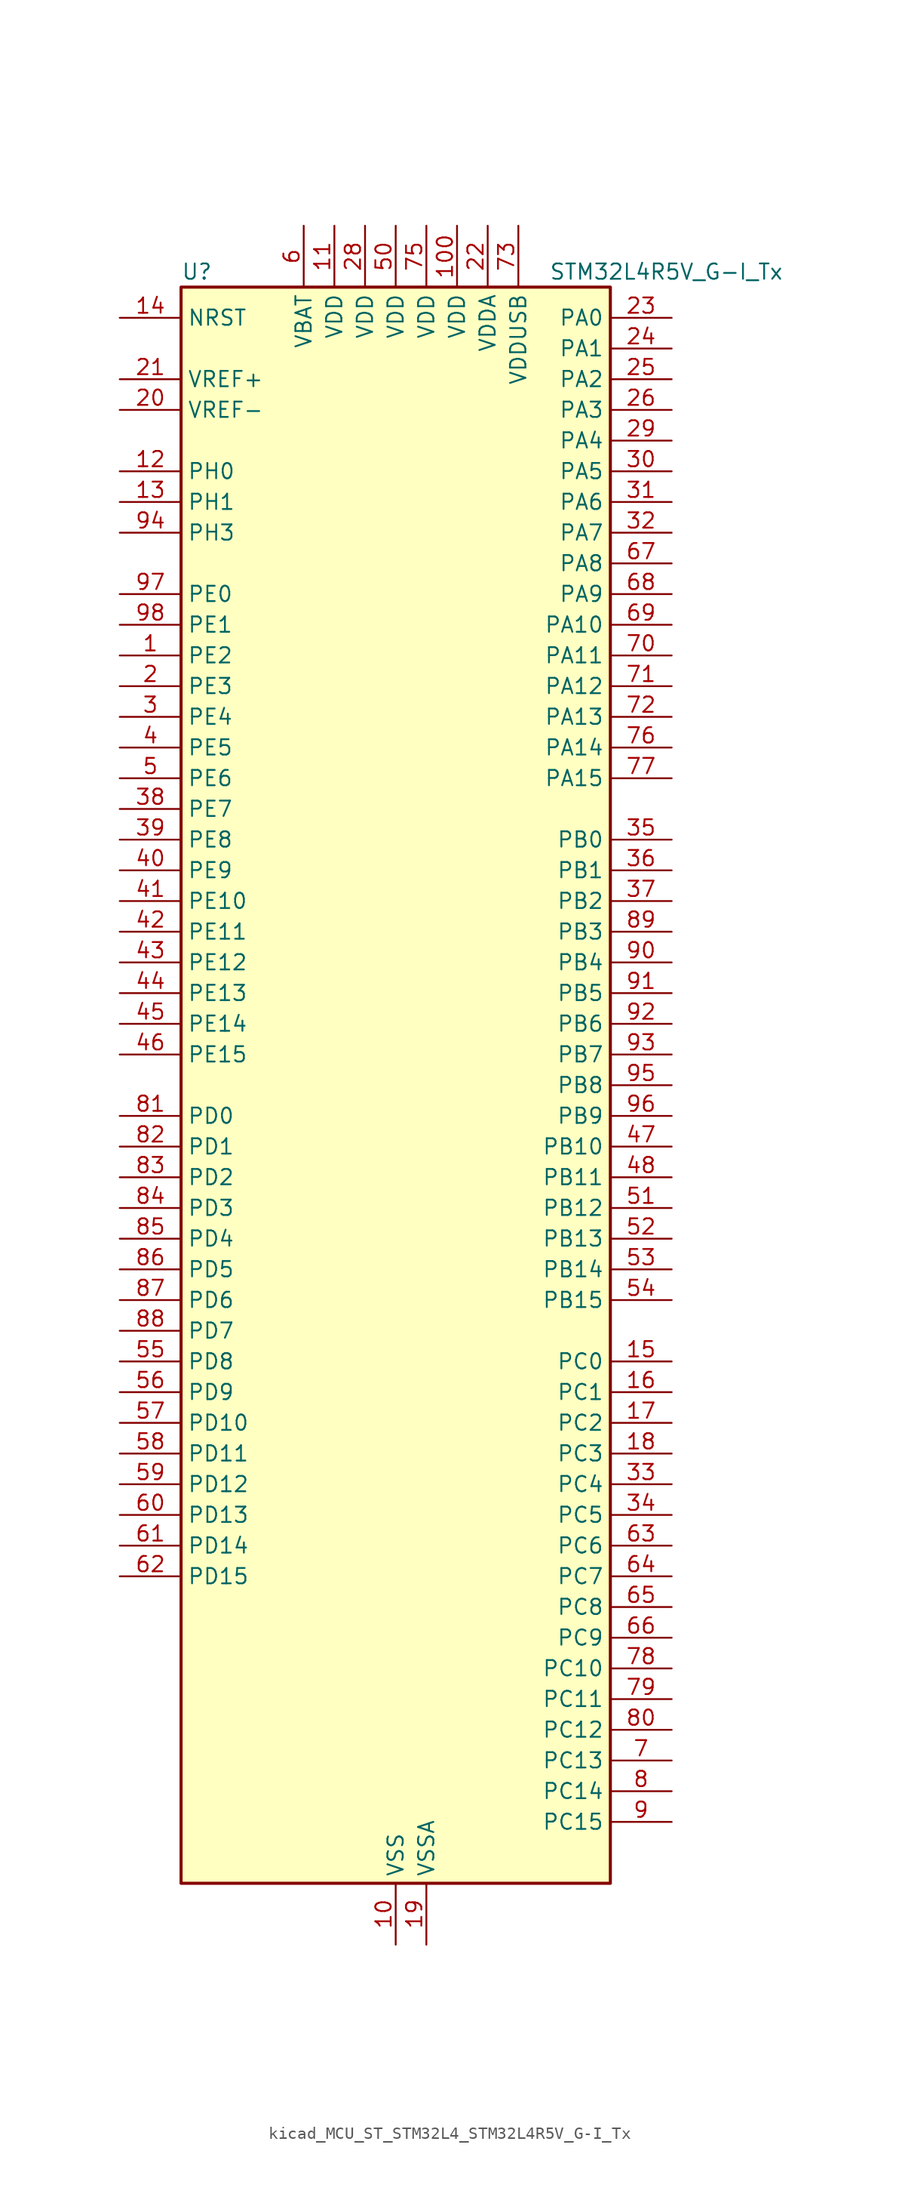
<source format=kicad_sym>
(kicad_symbol_lib
  (version 20220914)
  (generator kicad_symbol_editor)
  (symbol "kicad_MCU_ST_STM32L4_STM32L4R5V_G-I_Tx"
    (property "Reference" "U"
      (at -17.78 67.31 0)
      (effects (font (size 1.27 1.27)) (justify left)))
    (property "Value" "STM32L4R5V_G-I_Tx"
      (at 12.7 67.31 0)
      (effects (font (size 1.27 1.27)) (justify left)))
    (property "ki_locked" ""
      (at 0 0 0)
      (effects (font (size 1.27 1.27))))
    (symbol "kicad_MCU_ST_STM32L4_STM32L4R5V_G-I_Tx_0_1"
      (rectangle (start -17.78 -66.04) (end 17.78 66.04) (stroke (width 0.254) (type default)) (fill (type background))))
    (symbol "kicad_MCU_ST_STM32L4_STM32L4R5V_G-I_Tx_1_1"
      (pin bidirectional line (at -22.86 35.56 0) (length 5.08) (name "PE2" (effects (font (size 1.27 1.27)))) (number "1" (effects (font (size 1.27 1.27)))) (alternate "FMC_A23" bidirectional line) (alternate "SAI1_CK1" bidirectional line) (alternate "SAI1_MCLK_A" bidirectional line) (alternate "SYS_TRACECLK" bidirectional line) (alternate "TIM3_ETR" bidirectional line) (alternate "TSC_G7_IO1" bidirectional line))
      (pin power_in line (at 0 -71.12 90) (length 5.08) (name "VSS" (effects (font (size 1.27 1.27)))) (number "10" (effects (font (size 1.27 1.27)))))
      (pin power_in line (at 5.08 71.12 270) (length 5.08) (name "VDD" (effects (font (size 1.27 1.27)))) (number "100" (effects (font (size 1.27 1.27)))))
      (pin power_in line (at -5.08 71.12 270) (length 5.08) (name "VDD" (effects (font (size 1.27 1.27)))) (number "11" (effects (font (size 1.27 1.27)))))
      (pin bidirectional line (at -22.86 50.8 0) (length 5.08) (name "PH0" (effects (font (size 1.27 1.27)))) (number "12" (effects (font (size 1.27 1.27)))) (alternate "RCC_OSC_IN" bidirectional line))
      (pin bidirectional line (at -22.86 48.26 0) (length 5.08) (name "PH1" (effects (font (size 1.27 1.27)))) (number "13" (effects (font (size 1.27 1.27)))) (alternate "RCC_OSC_OUT" bidirectional line))
      (pin input line (at -22.86 63.5 0) (length 5.08) (name "NRST" (effects (font (size 1.27 1.27)))) (number "14" (effects (font (size 1.27 1.27)))))
      (pin bidirectional line (at 22.86 -22.86 180) (length 5.08) (name "PC0" (effects (font (size 1.27 1.27)))) (number "15" (effects (font (size 1.27 1.27)))) (alternate "ADC1_IN1" bidirectional line) (alternate "DFSDM1_DATIN4" bidirectional line) (alternate "I2C3_SCL" bidirectional line) (alternate "LPTIM1_IN1" bidirectional line) (alternate "LPTIM2_IN1" bidirectional line) (alternate "LPUART1_RX" bidirectional line) (alternate "SAI2_FS_A" bidirectional line))
      (pin bidirectional line (at 22.86 -25.4 180) (length 5.08) (name "PC1" (effects (font (size 1.27 1.27)))) (number "16" (effects (font (size 1.27 1.27)))) (alternate "ADC1_IN2" bidirectional line) (alternate "DFSDM1_CKIN4" bidirectional line) (alternate "I2C3_SDA" bidirectional line) (alternate "LPTIM1_OUT" bidirectional line) (alternate "LPUART1_TX" bidirectional line) (alternate "OCTOSPIM_P1_IO4" bidirectional line) (alternate "SAI1_SD_A" bidirectional line) (alternate "SPI2_MOSI" bidirectional line) (alternate "SYS_TRACED0" bidirectional line))
      (pin bidirectional line (at 22.86 -27.94 180) (length 5.08) (name "PC2" (effects (font (size 1.27 1.27)))) (number "17" (effects (font (size 1.27 1.27)))) (alternate "ADC1_IN3" bidirectional line) (alternate "DFSDM1_CKOUT" bidirectional line) (alternate "LPTIM1_IN2" bidirectional line) (alternate "OCTOSPIM_P1_IO5" bidirectional line) (alternate "SPI2_MISO" bidirectional line))
      (pin bidirectional line (at 22.86 -30.48 180) (length 5.08) (name "PC3" (effects (font (size 1.27 1.27)))) (number "18" (effects (font (size 1.27 1.27)))) (alternate "ADC1_IN4" bidirectional line) (alternate "LPTIM1_ETR" bidirectional line) (alternate "LPTIM2_ETR" bidirectional line) (alternate "OCTOSPIM_P1_IO6" bidirectional line) (alternate "SAI1_D1" bidirectional line) (alternate "SAI1_SD_A" bidirectional line) (alternate "SPI2_MOSI" bidirectional line))
      (pin power_in line (at 2.54 -71.12 90) (length 5.08) (name "VSSA" (effects (font (size 1.27 1.27)))) (number "19" (effects (font (size 1.27 1.27)))))
      (pin bidirectional line (at -22.86 33.02 0) (length 5.08) (name "PE3" (effects (font (size 1.27 1.27)))) (number "2" (effects (font (size 1.27 1.27)))) (alternate "FMC_A19" bidirectional line) (alternate "OCTOSPIM_P1_DQS" bidirectional line) (alternate "SAI1_SD_B" bidirectional line) (alternate "SYS_TRACED0" bidirectional line) (alternate "TIM3_CH1" bidirectional line) (alternate "TSC_G7_IO2" bidirectional line))
      (pin input line (at -22.86 55.88 0) (length 5.08) (name "VREF-" (effects (font (size 1.27 1.27)))) (number "20" (effects (font (size 1.27 1.27)))))
      (pin input line (at -22.86 58.42 0) (length 5.08) (name "VREF+" (effects (font (size 1.27 1.27)))) (number "21" (effects (font (size 1.27 1.27)))) (alternate "VREFBUF_OUT" bidirectional line))
      (pin power_in line (at 7.62 71.12 270) (length 5.08) (name "VDDA" (effects (font (size 1.27 1.27)))) (number "22" (effects (font (size 1.27 1.27)))))
      (pin bidirectional line (at 22.86 63.5 180) (length 5.08) (name "PA0" (effects (font (size 1.27 1.27)))) (number "23" (effects (font (size 1.27 1.27)))) (alternate "ADC1_IN5" bidirectional line) (alternate "OPAMP1_VINP" bidirectional line) (alternate "RTC_TAMP2" bidirectional line) (alternate "SAI1_EXTCLK" bidirectional line) (alternate "SYS_WKUP1" bidirectional line) (alternate "TIM2_CH1" bidirectional line) (alternate "TIM2_ETR" bidirectional line) (alternate "TIM5_CH1" bidirectional line) (alternate "TIM8_ETR" bidirectional line) (alternate "UART4_TX" bidirectional line) (alternate "USART2_CTS" bidirectional line) (alternate "USART2_NSS" bidirectional line))
      (pin bidirectional line (at 22.86 60.96 180) (length 5.08) (name "PA1" (effects (font (size 1.27 1.27)))) (number "24" (effects (font (size 1.27 1.27)))) (alternate "ADC1_IN6" bidirectional line) (alternate "I2C1_SMBA" bidirectional line) (alternate "OCTOSPIM_P1_DQS" bidirectional line) (alternate "OPAMP1_VINM" bidirectional line) (alternate "SPI1_SCK" bidirectional line) (alternate "TIM15_CH1N" bidirectional line) (alternate "TIM2_CH2" bidirectional line) (alternate "TIM5_CH2" bidirectional line) (alternate "UART4_RX" bidirectional line) (alternate "USART2_DE" bidirectional line) (alternate "USART2_RTS" bidirectional line))
      (pin bidirectional line (at 22.86 58.42 180) (length 5.08) (name "PA2" (effects (font (size 1.27 1.27)))) (number "25" (effects (font (size 1.27 1.27)))) (alternate "ADC1_IN7" bidirectional line) (alternate "LPUART1_TX" bidirectional line) (alternate "OCTOSPIM_P1_NCS" bidirectional line) (alternate "RCC_LSCO" bidirectional line) (alternate "SAI2_EXTCLK" bidirectional line) (alternate "SYS_WKUP4" bidirectional line) (alternate "TIM15_CH1" bidirectional line) (alternate "TIM2_CH3" bidirectional line) (alternate "TIM5_CH3" bidirectional line) (alternate "USART2_TX" bidirectional line))
      (pin bidirectional line (at 22.86 55.88 180) (length 5.08) (name "PA3" (effects (font (size 1.27 1.27)))) (number "26" (effects (font (size 1.27 1.27)))) (alternate "ADC1_IN8" bidirectional line) (alternate "LPUART1_RX" bidirectional line) (alternate "OCTOSPIM_P1_CLK" bidirectional line) (alternate "OPAMP1_VOUT" bidirectional line) (alternate "SAI1_CK1" bidirectional line) (alternate "SAI1_MCLK_A" bidirectional line) (alternate "TIM15_CH2" bidirectional line) (alternate "TIM2_CH4" bidirectional line) (alternate "TIM5_CH4" bidirectional line) (alternate "USART2_RX" bidirectional line))
      (pin passive line (at 0 -71.12 90) (length 5.08) hide (name "VSS" (effects (font (size 1.27 1.27)))) (number "27" (effects (font (size 1.27 1.27)))))
      (pin power_in line (at -2.54 71.12 270) (length 5.08) (name "VDD" (effects (font (size 1.27 1.27)))) (number "28" (effects (font (size 1.27 1.27)))))
      (pin bidirectional line (at 22.86 53.34 180) (length 5.08) (name "PA4" (effects (font (size 1.27 1.27)))) (number "29" (effects (font (size 1.27 1.27)))) (alternate "ADC1_IN9" bidirectional line) (alternate "DAC1_OUT1" bidirectional line) (alternate "DCMI_HSYNC" bidirectional line) (alternate "LPTIM2_OUT" bidirectional line) (alternate "OCTOSPIM_P1_NCS" bidirectional line) (alternate "SAI1_FS_B" bidirectional line) (alternate "SPI1_NSS" bidirectional line) (alternate "SPI3_NSS" bidirectional line) (alternate "USART2_CK" bidirectional line))
      (pin bidirectional line (at -22.86 30.48 0) (length 5.08) (name "PE4" (effects (font (size 1.27 1.27)))) (number "3" (effects (font (size 1.27 1.27)))) (alternate "DCMI_D4" bidirectional line) (alternate "DFSDM1_DATIN3" bidirectional line) (alternate "FMC_A20" bidirectional line) (alternate "SAI1_D2" bidirectional line) (alternate "SAI1_FS_A" bidirectional line) (alternate "SYS_TRACED1" bidirectional line) (alternate "TIM3_CH2" bidirectional line) (alternate "TSC_G7_IO3" bidirectional line))
      (pin bidirectional line (at 22.86 50.8 180) (length 5.08) (name "PA5" (effects (font (size 1.27 1.27)))) (number "30" (effects (font (size 1.27 1.27)))) (alternate "ADC1_IN10" bidirectional line) (alternate "DAC1_OUT2" bidirectional line) (alternate "LPTIM2_ETR" bidirectional line) (alternate "SPI1_SCK" bidirectional line) (alternate "TIM2_CH1" bidirectional line) (alternate "TIM2_ETR" bidirectional line) (alternate "TIM8_CH1N" bidirectional line))
      (pin bidirectional line (at 22.86 48.26 180) (length 5.08) (name "PA6" (effects (font (size 1.27 1.27)))) (number "31" (effects (font (size 1.27 1.27)))) (alternate "ADC1_IN11" bidirectional line) (alternate "DCMI_PIXCLK" bidirectional line) (alternate "LPUART1_CTS" bidirectional line) (alternate "OCTOSPIM_P1_IO3" bidirectional line) (alternate "OPAMP2_VINP" bidirectional line) (alternate "SPI1_MISO" bidirectional line) (alternate "TIM16_CH1" bidirectional line) (alternate "TIM1_BKIN" bidirectional line) (alternate "TIM3_CH1" bidirectional line) (alternate "TIM8_BKIN" bidirectional line) (alternate "USART3_CTS" bidirectional line) (alternate "USART3_NSS" bidirectional line))
      (pin bidirectional line (at 22.86 45.72 180) (length 5.08) (name "PA7" (effects (font (size 1.27 1.27)))) (number "32" (effects (font (size 1.27 1.27)))) (alternate "ADC1_IN12" bidirectional line) (alternate "I2C3_SCL" bidirectional line) (alternate "OCTOSPIM_P1_IO2" bidirectional line) (alternate "OPAMP2_VINM" bidirectional line) (alternate "SPI1_MOSI" bidirectional line) (alternate "TIM17_CH1" bidirectional line) (alternate "TIM1_CH1N" bidirectional line) (alternate "TIM3_CH2" bidirectional line) (alternate "TIM8_CH1N" bidirectional line))
      (pin bidirectional line (at 22.86 -33.02 180) (length 5.08) (name "PC4" (effects (font (size 1.27 1.27)))) (number "33" (effects (font (size 1.27 1.27)))) (alternate "ADC1_IN13" bidirectional line) (alternate "COMP1_INM" bidirectional line) (alternate "OCTOSPIM_P1_IO7" bidirectional line) (alternate "USART3_TX" bidirectional line))
      (pin bidirectional line (at 22.86 -35.56 180) (length 5.08) (name "PC5" (effects (font (size 1.27 1.27)))) (number "34" (effects (font (size 1.27 1.27)))) (alternate "ADC1_IN14" bidirectional line) (alternate "COMP1_INP" bidirectional line) (alternate "SAI1_D3" bidirectional line) (alternate "SYS_WKUP5" bidirectional line) (alternate "USART3_RX" bidirectional line))
      (pin bidirectional line (at 22.86 20.32 180) (length 5.08) (name "PB0" (effects (font (size 1.27 1.27)))) (number "35" (effects (font (size 1.27 1.27)))) (alternate "ADC1_IN15" bidirectional line) (alternate "COMP1_OUT" bidirectional line) (alternate "OCTOSPIM_P1_IO1" bidirectional line) (alternate "OPAMP2_VOUT" bidirectional line) (alternate "SAI1_EXTCLK" bidirectional line) (alternate "SPI1_NSS" bidirectional line) (alternate "TIM1_CH2N" bidirectional line) (alternate "TIM3_CH3" bidirectional line) (alternate "TIM8_CH2N" bidirectional line) (alternate "USART3_CK" bidirectional line))
      (pin bidirectional line (at 22.86 17.78 180) (length 5.08) (name "PB1" (effects (font (size 1.27 1.27)))) (number "36" (effects (font (size 1.27 1.27)))) (alternate "ADC1_IN16" bidirectional line) (alternate "COMP1_INM" bidirectional line) (alternate "DFSDM1_DATIN0" bidirectional line) (alternate "LPTIM2_IN1" bidirectional line) (alternate "LPUART1_DE" bidirectional line) (alternate "LPUART1_RTS" bidirectional line) (alternate "OCTOSPIM_P1_IO0" bidirectional line) (alternate "TIM1_CH3N" bidirectional line) (alternate "TIM3_CH4" bidirectional line) (alternate "TIM8_CH3N" bidirectional line) (alternate "USART3_DE" bidirectional line) (alternate "USART3_RTS" bidirectional line))
      (pin bidirectional line (at 22.86 15.24 180) (length 5.08) (name "PB2" (effects (font (size 1.27 1.27)))) (number "37" (effects (font (size 1.27 1.27)))) (alternate "COMP1_INP" bidirectional line) (alternate "DFSDM1_CKIN0" bidirectional line) (alternate "I2C3_SMBA" bidirectional line) (alternate "LPTIM1_OUT" bidirectional line) (alternate "OCTOSPIM_P1_DQS" bidirectional line) (alternate "RTC_OUT_ALARM" bidirectional line) (alternate "RTC_OUT_CALIB" bidirectional line))
      (pin bidirectional line (at -22.86 22.86 0) (length 5.08) (name "PE7" (effects (font (size 1.27 1.27)))) (number "38" (effects (font (size 1.27 1.27)))) (alternate "DFSDM1_DATIN2" bidirectional line) (alternate "FMC_D4" bidirectional line) (alternate "FMC_DA4" bidirectional line) (alternate "SAI1_SD_B" bidirectional line) (alternate "TIM1_ETR" bidirectional line))
      (pin bidirectional line (at -22.86 20.32 0) (length 5.08) (name "PE8" (effects (font (size 1.27 1.27)))) (number "39" (effects (font (size 1.27 1.27)))) (alternate "DFSDM1_CKIN2" bidirectional line) (alternate "FMC_D5" bidirectional line) (alternate "FMC_DA5" bidirectional line) (alternate "SAI1_SCK_B" bidirectional line) (alternate "TIM1_CH1N" bidirectional line))
      (pin bidirectional line (at -22.86 27.94 0) (length 5.08) (name "PE5" (effects (font (size 1.27 1.27)))) (number "4" (effects (font (size 1.27 1.27)))) (alternate "DCMI_D6" bidirectional line) (alternate "DFSDM1_CKIN3" bidirectional line) (alternate "FMC_A21" bidirectional line) (alternate "SAI1_CK2" bidirectional line) (alternate "SAI1_SCK_A" bidirectional line) (alternate "SYS_TRACED2" bidirectional line) (alternate "TIM3_CH3" bidirectional line) (alternate "TSC_G7_IO4" bidirectional line))
      (pin bidirectional line (at -22.86 17.78 0) (length 5.08) (name "PE9" (effects (font (size 1.27 1.27)))) (number "40" (effects (font (size 1.27 1.27)))) (alternate "DAC1_EXTI9" bidirectional line) (alternate "DFSDM1_CKOUT" bidirectional line) (alternate "FMC_D6" bidirectional line) (alternate "FMC_DA6" bidirectional line) (alternate "SAI1_FS_B" bidirectional line) (alternate "TIM1_CH1" bidirectional line))
      (pin bidirectional line (at -22.86 15.24 0) (length 5.08) (name "PE10" (effects (font (size 1.27 1.27)))) (number "41" (effects (font (size 1.27 1.27)))) (alternate "DFSDM1_DATIN4" bidirectional line) (alternate "FMC_D7" bidirectional line) (alternate "FMC_DA7" bidirectional line) (alternate "OCTOSPIM_P1_CLK" bidirectional line) (alternate "SAI1_MCLK_B" bidirectional line) (alternate "TIM1_CH2N" bidirectional line) (alternate "TSC_G5_IO1" bidirectional line))
      (pin bidirectional line (at -22.86 12.7 0) (length 5.08) (name "PE11" (effects (font (size 1.27 1.27)))) (number "42" (effects (font (size 1.27 1.27)))) (alternate "ADC1_EXTI11" bidirectional line) (alternate "DFSDM1_CKIN4" bidirectional line) (alternate "FMC_D8" bidirectional line) (alternate "FMC_DA8" bidirectional line) (alternate "OCTOSPIM_P1_NCS" bidirectional line) (alternate "TIM1_CH2" bidirectional line) (alternate "TSC_G5_IO2" bidirectional line))
      (pin bidirectional line (at -22.86 10.16 0) (length 5.08) (name "PE12" (effects (font (size 1.27 1.27)))) (number "43" (effects (font (size 1.27 1.27)))) (alternate "DFSDM1_DATIN5" bidirectional line) (alternate "FMC_D9" bidirectional line) (alternate "FMC_DA9" bidirectional line) (alternate "OCTOSPIM_P1_IO0" bidirectional line) (alternate "SPI1_NSS" bidirectional line) (alternate "TIM1_CH3N" bidirectional line) (alternate "TSC_G5_IO3" bidirectional line))
      (pin bidirectional line (at -22.86 7.62 0) (length 5.08) (name "PE13" (effects (font (size 1.27 1.27)))) (number "44" (effects (font (size 1.27 1.27)))) (alternate "DFSDM1_CKIN5" bidirectional line) (alternate "FMC_D10" bidirectional line) (alternate "FMC_DA10" bidirectional line) (alternate "OCTOSPIM_P1_IO1" bidirectional line) (alternate "SPI1_SCK" bidirectional line) (alternate "TIM1_CH3" bidirectional line) (alternate "TSC_G5_IO4" bidirectional line))
      (pin bidirectional line (at -22.86 5.08 0) (length 5.08) (name "PE14" (effects (font (size 1.27 1.27)))) (number "45" (effects (font (size 1.27 1.27)))) (alternate "FMC_D11" bidirectional line) (alternate "FMC_DA11" bidirectional line) (alternate "OCTOSPIM_P1_IO2" bidirectional line) (alternate "SPI1_MISO" bidirectional line) (alternate "TIM1_BKIN2" bidirectional line) (alternate "TIM1_CH4" bidirectional line))
      (pin bidirectional line (at -22.86 2.54 0) (length 5.08) (name "PE15" (effects (font (size 1.27 1.27)))) (number "46" (effects (font (size 1.27 1.27)))) (alternate "ADC1_EXTI15" bidirectional line) (alternate "FMC_D12" bidirectional line) (alternate "FMC_DA12" bidirectional line) (alternate "OCTOSPIM_P1_IO3" bidirectional line) (alternate "SPI1_MOSI" bidirectional line) (alternate "TIM1_BKIN" bidirectional line))
      (pin bidirectional line (at 22.86 -5.08 180) (length 5.08) (name "PB10" (effects (font (size 1.27 1.27)))) (number "47" (effects (font (size 1.27 1.27)))) (alternate "COMP1_OUT" bidirectional line) (alternate "DFSDM1_DATIN7" bidirectional line) (alternate "I2C2_SCL" bidirectional line) (alternate "I2C4_SCL" bidirectional line) (alternate "LPUART1_RX" bidirectional line) (alternate "OCTOSPIM_P1_CLK" bidirectional line) (alternate "SAI1_SCK_A" bidirectional line) (alternate "SPI2_SCK" bidirectional line) (alternate "TIM2_CH3" bidirectional line) (alternate "TSC_SYNC" bidirectional line) (alternate "USART3_TX" bidirectional line))
      (pin bidirectional line (at 22.86 -7.62 180) (length 5.08) (name "PB11" (effects (font (size 1.27 1.27)))) (number "48" (effects (font (size 1.27 1.27)))) (alternate "ADC1_EXTI11" bidirectional line) (alternate "COMP2_OUT" bidirectional line) (alternate "DFSDM1_CKIN7" bidirectional line) (alternate "I2C2_SDA" bidirectional line) (alternate "I2C4_SDA" bidirectional line) (alternate "LPUART1_TX" bidirectional line) (alternate "OCTOSPIM_P1_NCS" bidirectional line) (alternate "TIM2_CH4" bidirectional line) (alternate "USART3_RX" bidirectional line))
      (pin passive line (at 0 -71.12 90) (length 5.08) hide (name "VSS" (effects (font (size 1.27 1.27)))) (number "49" (effects (font (size 1.27 1.27)))))
      (pin bidirectional line (at -22.86 25.4 0) (length 5.08) (name "PE6" (effects (font (size 1.27 1.27)))) (number "5" (effects (font (size 1.27 1.27)))) (alternate "DCMI_D7" bidirectional line) (alternate "FMC_A22" bidirectional line) (alternate "RTC_TAMP3" bidirectional line) (alternate "SAI1_D1" bidirectional line) (alternate "SAI1_SD_A" bidirectional line) (alternate "SYS_TRACED3" bidirectional line) (alternate "SYS_WKUP3" bidirectional line) (alternate "TIM3_CH4" bidirectional line))
      (pin power_in line (at 0 71.12 270) (length 5.08) (name "VDD" (effects (font (size 1.27 1.27)))) (number "50" (effects (font (size 1.27 1.27)))))
      (pin bidirectional line (at 22.86 -10.16 180) (length 5.08) (name "PB12" (effects (font (size 1.27 1.27)))) (number "51" (effects (font (size 1.27 1.27)))) (alternate "DFSDM1_DATIN1" bidirectional line) (alternate "I2C2_SMBA" bidirectional line) (alternate "LPUART1_DE" bidirectional line) (alternate "LPUART1_RTS" bidirectional line) (alternate "SAI2_FS_A" bidirectional line) (alternate "SPI2_NSS" bidirectional line) (alternate "TIM15_BKIN" bidirectional line) (alternate "TIM1_BKIN" bidirectional line) (alternate "TSC_G1_IO1" bidirectional line) (alternate "USART3_CK" bidirectional line))
      (pin bidirectional line (at 22.86 -12.7 180) (length 5.08) (name "PB13" (effects (font (size 1.27 1.27)))) (number "52" (effects (font (size 1.27 1.27)))) (alternate "DFSDM1_CKIN1" bidirectional line) (alternate "I2C2_SCL" bidirectional line) (alternate "LPUART1_CTS" bidirectional line) (alternate "SAI2_SCK_A" bidirectional line) (alternate "SPI2_SCK" bidirectional line) (alternate "TIM15_CH1N" bidirectional line) (alternate "TIM1_CH1N" bidirectional line) (alternate "TSC_G1_IO2" bidirectional line) (alternate "USART3_CTS" bidirectional line) (alternate "USART3_NSS" bidirectional line))
      (pin bidirectional line (at 22.86 -15.24 180) (length 5.08) (name "PB14" (effects (font (size 1.27 1.27)))) (number "53" (effects (font (size 1.27 1.27)))) (alternate "DFSDM1_DATIN2" bidirectional line) (alternate "I2C2_SDA" bidirectional line) (alternate "SAI2_MCLK_A" bidirectional line) (alternate "SPI2_MISO" bidirectional line) (alternate "TIM15_CH1" bidirectional line) (alternate "TIM1_CH2N" bidirectional line) (alternate "TIM8_CH2N" bidirectional line) (alternate "TSC_G1_IO3" bidirectional line) (alternate "USART3_DE" bidirectional line) (alternate "USART3_RTS" bidirectional line))
      (pin bidirectional line (at 22.86 -17.78 180) (length 5.08) (name "PB15" (effects (font (size 1.27 1.27)))) (number "54" (effects (font (size 1.27 1.27)))) (alternate "ADC1_EXTI15" bidirectional line) (alternate "DFSDM1_CKIN2" bidirectional line) (alternate "RTC_REFIN" bidirectional line) (alternate "SAI2_SD_A" bidirectional line) (alternate "SPI2_MOSI" bidirectional line) (alternate "TIM15_CH2" bidirectional line) (alternate "TIM1_CH3N" bidirectional line) (alternate "TIM8_CH3N" bidirectional line) (alternate "TSC_G1_IO4" bidirectional line))
      (pin bidirectional line (at -22.86 -22.86 0) (length 5.08) (name "PD8" (effects (font (size 1.27 1.27)))) (number "55" (effects (font (size 1.27 1.27)))) (alternate "DCMI_HSYNC" bidirectional line) (alternate "FMC_D13" bidirectional line) (alternate "FMC_DA13" bidirectional line) (alternate "USART3_TX" bidirectional line))
      (pin bidirectional line (at -22.86 -25.4 0) (length 5.08) (name "PD9" (effects (font (size 1.27 1.27)))) (number "56" (effects (font (size 1.27 1.27)))) (alternate "DAC1_EXTI9" bidirectional line) (alternate "DCMI_PIXCLK" bidirectional line) (alternate "FMC_D14" bidirectional line) (alternate "FMC_DA14" bidirectional line) (alternate "SAI2_MCLK_A" bidirectional line) (alternate "USART3_RX" bidirectional line))
      (pin bidirectional line (at -22.86 -27.94 0) (length 5.08) (name "PD10" (effects (font (size 1.27 1.27)))) (number "57" (effects (font (size 1.27 1.27)))) (alternate "FMC_D15" bidirectional line) (alternate "FMC_DA15" bidirectional line) (alternate "SAI2_SCK_A" bidirectional line) (alternate "TSC_G6_IO1" bidirectional line) (alternate "USART3_CK" bidirectional line))
      (pin bidirectional line (at -22.86 -30.48 0) (length 5.08) (name "PD11" (effects (font (size 1.27 1.27)))) (number "58" (effects (font (size 1.27 1.27)))) (alternate "ADC1_EXTI11" bidirectional line) (alternate "FMC_A16" bidirectional line) (alternate "FMC_CLE" bidirectional line) (alternate "I2C4_SMBA" bidirectional line) (alternate "LPTIM2_ETR" bidirectional line) (alternate "SAI2_SD_A" bidirectional line) (alternate "TSC_G6_IO2" bidirectional line) (alternate "USART3_CTS" bidirectional line) (alternate "USART3_NSS" bidirectional line))
      (pin bidirectional line (at -22.86 -33.02 0) (length 5.08) (name "PD12" (effects (font (size 1.27 1.27)))) (number "59" (effects (font (size 1.27 1.27)))) (alternate "FMC_A17" bidirectional line) (alternate "FMC_ALE" bidirectional line) (alternate "I2C4_SCL" bidirectional line) (alternate "LPTIM2_IN1" bidirectional line) (alternate "SAI2_FS_A" bidirectional line) (alternate "TIM4_CH1" bidirectional line) (alternate "TSC_G6_IO3" bidirectional line) (alternate "USART3_DE" bidirectional line) (alternate "USART3_RTS" bidirectional line))
      (pin power_in line (at -7.62 71.12 270) (length 5.08) (name "VBAT" (effects (font (size 1.27 1.27)))) (number "6" (effects (font (size 1.27 1.27)))))
      (pin bidirectional line (at -22.86 -35.56 0) (length 5.08) (name "PD13" (effects (font (size 1.27 1.27)))) (number "60" (effects (font (size 1.27 1.27)))) (alternate "FMC_A18" bidirectional line) (alternate "I2C4_SDA" bidirectional line) (alternate "LPTIM2_OUT" bidirectional line) (alternate "TIM4_CH2" bidirectional line) (alternate "TSC_G6_IO4" bidirectional line))
      (pin bidirectional line (at -22.86 -38.1 0) (length 5.08) (name "PD14" (effects (font (size 1.27 1.27)))) (number "61" (effects (font (size 1.27 1.27)))) (alternate "FMC_D0" bidirectional line) (alternate "FMC_DA0" bidirectional line) (alternate "TIM4_CH3" bidirectional line))
      (pin bidirectional line (at -22.86 -40.64 0) (length 5.08) (name "PD15" (effects (font (size 1.27 1.27)))) (number "62" (effects (font (size 1.27 1.27)))) (alternate "ADC1_EXTI15" bidirectional line) (alternate "FMC_D1" bidirectional line) (alternate "FMC_DA1" bidirectional line) (alternate "TIM4_CH4" bidirectional line))
      (pin bidirectional line (at 22.86 -38.1 180) (length 5.08) (name "PC6" (effects (font (size 1.27 1.27)))) (number "63" (effects (font (size 1.27 1.27)))) (alternate "DCMI_D0" bidirectional line) (alternate "DFSDM1_CKIN3" bidirectional line) (alternate "SAI2_MCLK_A" bidirectional line) (alternate "SDMMC1_D0DIR" bidirectional line) (alternate "SDMMC1_D6" bidirectional line) (alternate "TIM3_CH1" bidirectional line) (alternate "TIM8_CH1" bidirectional line) (alternate "TSC_G4_IO1" bidirectional line))
      (pin bidirectional line (at 22.86 -40.64 180) (length 5.08) (name "PC7" (effects (font (size 1.27 1.27)))) (number "64" (effects (font (size 1.27 1.27)))) (alternate "DCMI_D1" bidirectional line) (alternate "DFSDM1_DATIN3" bidirectional line) (alternate "SAI2_MCLK_B" bidirectional line) (alternate "SDMMC1_D123DIR" bidirectional line) (alternate "SDMMC1_D7" bidirectional line) (alternate "TIM3_CH2" bidirectional line) (alternate "TIM8_CH2" bidirectional line) (alternate "TSC_G4_IO2" bidirectional line))
      (pin bidirectional line (at 22.86 -43.18 180) (length 5.08) (name "PC8" (effects (font (size 1.27 1.27)))) (number "65" (effects (font (size 1.27 1.27)))) (alternate "DCMI_D2" bidirectional line) (alternate "SDMMC1_D0" bidirectional line) (alternate "TIM3_CH3" bidirectional line) (alternate "TIM8_CH3" bidirectional line) (alternate "TSC_G4_IO3" bidirectional line))
      (pin bidirectional line (at 22.86 -45.72 180) (length 5.08) (name "PC9" (effects (font (size 1.27 1.27)))) (number "66" (effects (font (size 1.27 1.27)))) (alternate "DAC1_EXTI9" bidirectional line) (alternate "DCMI_D3" bidirectional line) (alternate "I2C3_SDA" bidirectional line) (alternate "SAI2_EXTCLK" bidirectional line) (alternate "SDMMC1_D1" bidirectional line) (alternate "SYS_TRACED0" bidirectional line) (alternate "TIM3_CH4" bidirectional line) (alternate "TIM8_BKIN2" bidirectional line) (alternate "TIM8_CH4" bidirectional line) (alternate "TSC_G4_IO4" bidirectional line) (alternate "USB_OTG_FS_NOE" bidirectional line))
      (pin bidirectional line (at 22.86 43.18 180) (length 5.08) (name "PA8" (effects (font (size 1.27 1.27)))) (number "67" (effects (font (size 1.27 1.27)))) (alternate "LPTIM2_OUT" bidirectional line) (alternate "RCC_MCO" bidirectional line) (alternate "SAI1_CK2" bidirectional line) (alternate "SAI1_SCK_A" bidirectional line) (alternate "TIM1_CH1" bidirectional line) (alternate "USART1_CK" bidirectional line) (alternate "USB_OTG_FS_SOF" bidirectional line))
      (pin bidirectional line (at 22.86 40.64 180) (length 5.08) (name "PA9" (effects (font (size 1.27 1.27)))) (number "68" (effects (font (size 1.27 1.27)))) (alternate "DAC1_EXTI9" bidirectional line) (alternate "DCMI_D0" bidirectional line) (alternate "SAI1_FS_A" bidirectional line) (alternate "SPI2_SCK" bidirectional line) (alternate "TIM15_BKIN" bidirectional line) (alternate "TIM1_CH2" bidirectional line) (alternate "USART1_TX" bidirectional line) (alternate "USB_OTG_FS_VBUS" bidirectional line))
      (pin bidirectional line (at 22.86 38.1 180) (length 5.08) (name "PA10" (effects (font (size 1.27 1.27)))) (number "69" (effects (font (size 1.27 1.27)))) (alternate "DCMI_D1" bidirectional line) (alternate "SAI1_D1" bidirectional line) (alternate "SAI1_SD_A" bidirectional line) (alternate "TIM17_BKIN" bidirectional line) (alternate "TIM1_CH3" bidirectional line) (alternate "USART1_RX" bidirectional line) (alternate "USB_OTG_FS_ID" bidirectional line))
      (pin bidirectional line (at 22.86 -55.88 180) (length 5.08) (name "PC13" (effects (font (size 1.27 1.27)))) (number "7" (effects (font (size 1.27 1.27)))) (alternate "RTC_OUT_ALARM" bidirectional line) (alternate "RTC_OUT_CALIB" bidirectional line) (alternate "RTC_TAMP1" bidirectional line) (alternate "RTC_TS" bidirectional line) (alternate "SYS_WKUP2" bidirectional line))
      (pin bidirectional line (at 22.86 35.56 180) (length 5.08) (name "PA11" (effects (font (size 1.27 1.27)))) (number "70" (effects (font (size 1.27 1.27)))) (alternate "ADC1_EXTI11" bidirectional line) (alternate "CAN1_RX" bidirectional line) (alternate "SPI1_MISO" bidirectional line) (alternate "TIM1_BKIN2" bidirectional line) (alternate "TIM1_CH4" bidirectional line) (alternate "USART1_CTS" bidirectional line) (alternate "USART1_NSS" bidirectional line) (alternate "USB_OTG_FS_DM" bidirectional line))
      (pin bidirectional line (at 22.86 33.02 180) (length 5.08) (name "PA12" (effects (font (size 1.27 1.27)))) (number "71" (effects (font (size 1.27 1.27)))) (alternate "CAN1_TX" bidirectional line) (alternate "SPI1_MOSI" bidirectional line) (alternate "TIM1_ETR" bidirectional line) (alternate "USART1_DE" bidirectional line) (alternate "USART1_RTS" bidirectional line) (alternate "USB_OTG_FS_DP" bidirectional line))
      (pin bidirectional line (at 22.86 30.48 180) (length 5.08) (name "PA13" (effects (font (size 1.27 1.27)))) (number "72" (effects (font (size 1.27 1.27)))) (alternate "IR_OUT" bidirectional line) (alternate "SAI1_SD_B" bidirectional line) (alternate "SYS_JTMS-SWDIO" bidirectional line) (alternate "USB_OTG_FS_NOE" bidirectional line))
      (pin power_in line (at 10.16 71.12 270) (length 5.08) (name "VDDUSB" (effects (font (size 1.27 1.27)))) (number "73" (effects (font (size 1.27 1.27)))))
      (pin passive line (at 0 -71.12 90) (length 5.08) hide (name "VSS" (effects (font (size 1.27 1.27)))) (number "74" (effects (font (size 1.27 1.27)))))
      (pin power_in line (at 2.54 71.12 270) (length 5.08) (name "VDD" (effects (font (size 1.27 1.27)))) (number "75" (effects (font (size 1.27 1.27)))))
      (pin bidirectional line (at 22.86 27.94 180) (length 5.08) (name "PA14" (effects (font (size 1.27 1.27)))) (number "76" (effects (font (size 1.27 1.27)))) (alternate "I2C1_SMBA" bidirectional line) (alternate "I2C4_SMBA" bidirectional line) (alternate "LPTIM1_OUT" bidirectional line) (alternate "SAI1_FS_B" bidirectional line) (alternate "SYS_JTCK-SWCLK" bidirectional line) (alternate "USB_OTG_FS_SOF" bidirectional line))
      (pin bidirectional line (at 22.86 25.4 180) (length 5.08) (name "PA15" (effects (font (size 1.27 1.27)))) (number "77" (effects (font (size 1.27 1.27)))) (alternate "ADC1_EXTI15" bidirectional line) (alternate "SAI2_FS_B" bidirectional line) (alternate "SPI1_NSS" bidirectional line) (alternate "SPI3_NSS" bidirectional line) (alternate "SYS_JTDI" bidirectional line) (alternate "TIM2_CH1" bidirectional line) (alternate "TIM2_ETR" bidirectional line) (alternate "TSC_G3_IO1" bidirectional line) (alternate "UART4_DE" bidirectional line) (alternate "UART4_RTS" bidirectional line) (alternate "USART2_RX" bidirectional line) (alternate "USART3_DE" bidirectional line) (alternate "USART3_RTS" bidirectional line))
      (pin bidirectional line (at 22.86 -48.26 180) (length 5.08) (name "PC10" (effects (font (size 1.27 1.27)))) (number "78" (effects (font (size 1.27 1.27)))) (alternate "DCMI_D8" bidirectional line) (alternate "SAI2_SCK_B" bidirectional line) (alternate "SDMMC1_D2" bidirectional line) (alternate "SPI3_SCK" bidirectional line) (alternate "SYS_TRACED1" bidirectional line) (alternate "TSC_G3_IO2" bidirectional line) (alternate "UART4_TX" bidirectional line) (alternate "USART3_TX" bidirectional line))
      (pin bidirectional line (at 22.86 -50.8 180) (length 5.08) (name "PC11" (effects (font (size 1.27 1.27)))) (number "79" (effects (font (size 1.27 1.27)))) (alternate "ADC1_EXTI11" bidirectional line) (alternate "DCMI_D2" bidirectional line) (alternate "DCMI_D4" bidirectional line) (alternate "OCTOSPIM_P1_NCS" bidirectional line) (alternate "SAI2_MCLK_B" bidirectional line) (alternate "SDMMC1_D3" bidirectional line) (alternate "SPI3_MISO" bidirectional line) (alternate "TSC_G3_IO3" bidirectional line) (alternate "UART4_RX" bidirectional line) (alternate "USART3_RX" bidirectional line))
      (pin bidirectional line (at 22.86 -58.42 180) (length 5.08) (name "PC14" (effects (font (size 1.27 1.27)))) (number "8" (effects (font (size 1.27 1.27)))) (alternate "RCC_OSC32_IN" bidirectional line))
      (pin bidirectional line (at 22.86 -53.34 180) (length 5.08) (name "PC12" (effects (font (size 1.27 1.27)))) (number "80" (effects (font (size 1.27 1.27)))) (alternate "DCMI_D9" bidirectional line) (alternate "SAI2_SD_B" bidirectional line) (alternate "SDMMC1_CK" bidirectional line) (alternate "SPI3_MOSI" bidirectional line) (alternate "SYS_TRACED3" bidirectional line) (alternate "TSC_G3_IO4" bidirectional line) (alternate "UART5_TX" bidirectional line) (alternate "USART3_CK" bidirectional line))
      (pin bidirectional line (at -22.86 -2.54 0) (length 5.08) (name "PD0" (effects (font (size 1.27 1.27)))) (number "81" (effects (font (size 1.27 1.27)))) (alternate "CAN1_RX" bidirectional line) (alternate "DFSDM1_DATIN7" bidirectional line) (alternate "FMC_D2" bidirectional line) (alternate "FMC_DA2" bidirectional line) (alternate "SPI2_NSS" bidirectional line))
      (pin bidirectional line (at -22.86 -5.08 0) (length 5.08) (name "PD1" (effects (font (size 1.27 1.27)))) (number "82" (effects (font (size 1.27 1.27)))) (alternate "CAN1_TX" bidirectional line) (alternate "DFSDM1_CKIN7" bidirectional line) (alternate "FMC_D3" bidirectional line) (alternate "FMC_DA3" bidirectional line) (alternate "SPI2_SCK" bidirectional line))
      (pin bidirectional line (at -22.86 -7.62 0) (length 5.08) (name "PD2" (effects (font (size 1.27 1.27)))) (number "83" (effects (font (size 1.27 1.27)))) (alternate "DCMI_D11" bidirectional line) (alternate "SDMMC1_CMD" bidirectional line) (alternate "SYS_TRACED2" bidirectional line) (alternate "TIM3_ETR" bidirectional line) (alternate "TSC_SYNC" bidirectional line) (alternate "UART5_RX" bidirectional line) (alternate "USART3_DE" bidirectional line) (alternate "USART3_RTS" bidirectional line))
      (pin bidirectional line (at -22.86 -10.16 0) (length 5.08) (name "PD3" (effects (font (size 1.27 1.27)))) (number "84" (effects (font (size 1.27 1.27)))) (alternate "DCMI_D5" bidirectional line) (alternate "DFSDM1_DATIN0" bidirectional line) (alternate "FMC_CLK" bidirectional line) (alternate "OCTOSPIM_P2_NCS" bidirectional line) (alternate "SPI2_MISO" bidirectional line) (alternate "SPI2_SCK" bidirectional line) (alternate "USART2_CTS" bidirectional line) (alternate "USART2_NSS" bidirectional line))
      (pin bidirectional line (at -22.86 -12.7 0) (length 5.08) (name "PD4" (effects (font (size 1.27 1.27)))) (number "85" (effects (font (size 1.27 1.27)))) (alternate "DFSDM1_CKIN0" bidirectional line) (alternate "FMC_NOE" bidirectional line) (alternate "OCTOSPIM_P1_IO4" bidirectional line) (alternate "SPI2_MOSI" bidirectional line) (alternate "USART2_DE" bidirectional line) (alternate "USART2_RTS" bidirectional line))
      (pin bidirectional line (at -22.86 -15.24 0) (length 5.08) (name "PD5" (effects (font (size 1.27 1.27)))) (number "86" (effects (font (size 1.27 1.27)))) (alternate "FMC_NWE" bidirectional line) (alternate "OCTOSPIM_P1_IO5" bidirectional line) (alternate "USART2_TX" bidirectional line))
      (pin bidirectional line (at -22.86 -17.78 0) (length 5.08) (name "PD6" (effects (font (size 1.27 1.27)))) (number "87" (effects (font (size 1.27 1.27)))) (alternate "DCMI_D10" bidirectional line) (alternate "DFSDM1_DATIN1" bidirectional line) (alternate "FMC_NWAIT" bidirectional line) (alternate "OCTOSPIM_P1_IO6" bidirectional line) (alternate "SAI1_D1" bidirectional line) (alternate "SAI1_SD_A" bidirectional line) (alternate "SPI3_MOSI" bidirectional line) (alternate "USART2_RX" bidirectional line))
      (pin bidirectional line (at -22.86 -20.32 0) (length 5.08) (name "PD7" (effects (font (size 1.27 1.27)))) (number "88" (effects (font (size 1.27 1.27)))) (alternate "DFSDM1_CKIN1" bidirectional line) (alternate "FMC_NCE" bidirectional line) (alternate "FMC_NE1" bidirectional line) (alternate "OCTOSPIM_P1_IO7" bidirectional line) (alternate "USART2_CK" bidirectional line))
      (pin bidirectional line (at 22.86 12.7 180) (length 5.08) (name "PB3" (effects (font (size 1.27 1.27)))) (number "89" (effects (font (size 1.27 1.27)))) (alternate "COMP2_INM" bidirectional line) (alternate "CRS_SYNC" bidirectional line) (alternate "SAI1_SCK_B" bidirectional line) (alternate "SPI1_SCK" bidirectional line) (alternate "SPI3_SCK" bidirectional line) (alternate "SYS_JTDO-SWO" bidirectional line) (alternate "TIM2_CH2" bidirectional line) (alternate "USART1_DE" bidirectional line) (alternate "USART1_RTS" bidirectional line))
      (pin bidirectional line (at 22.86 -60.96 180) (length 5.08) (name "PC15" (effects (font (size 1.27 1.27)))) (number "9" (effects (font (size 1.27 1.27)))) (alternate "ADC1_EXTI15" bidirectional line) (alternate "RCC_OSC32_OUT" bidirectional line))
      (pin bidirectional line (at 22.86 10.16 180) (length 5.08) (name "PB4" (effects (font (size 1.27 1.27)))) (number "90" (effects (font (size 1.27 1.27)))) (alternate "COMP2_INP" bidirectional line) (alternate "DCMI_D12" bidirectional line) (alternate "I2C3_SDA" bidirectional line) (alternate "SAI1_MCLK_B" bidirectional line) (alternate "SPI1_MISO" bidirectional line) (alternate "SPI3_MISO" bidirectional line) (alternate "SYS_JTRST" bidirectional line) (alternate "TIM17_BKIN" bidirectional line) (alternate "TIM3_CH1" bidirectional line) (alternate "TSC_G2_IO1" bidirectional line) (alternate "UART5_DE" bidirectional line) (alternate "UART5_RTS" bidirectional line) (alternate "USART1_CTS" bidirectional line) (alternate "USART1_NSS" bidirectional line))
      (pin bidirectional line (at 22.86 7.62 180) (length 5.08) (name "PB5" (effects (font (size 1.27 1.27)))) (number "91" (effects (font (size 1.27 1.27)))) (alternate "COMP2_OUT" bidirectional line) (alternate "DCMI_D10" bidirectional line) (alternate "I2C1_SMBA" bidirectional line) (alternate "LPTIM1_IN1" bidirectional line) (alternate "SAI1_SD_B" bidirectional line) (alternate "SPI1_MOSI" bidirectional line) (alternate "SPI3_MOSI" bidirectional line) (alternate "TIM16_BKIN" bidirectional line) (alternate "TIM3_CH2" bidirectional line) (alternate "TSC_G2_IO2" bidirectional line) (alternate "UART5_CTS" bidirectional line) (alternate "USART1_CK" bidirectional line))
      (pin bidirectional line (at 22.86 5.08 180) (length 5.08) (name "PB6" (effects (font (size 1.27 1.27)))) (number "92" (effects (font (size 1.27 1.27)))) (alternate "COMP2_INP" bidirectional line) (alternate "DCMI_D5" bidirectional line) (alternate "DFSDM1_DATIN5" bidirectional line) (alternate "I2C1_SCL" bidirectional line) (alternate "I2C4_SCL" bidirectional line) (alternate "LPTIM1_ETR" bidirectional line) (alternate "SAI1_FS_B" bidirectional line) (alternate "TIM16_CH1N" bidirectional line) (alternate "TIM4_CH1" bidirectional line) (alternate "TIM8_BKIN2" bidirectional line) (alternate "TSC_G2_IO3" bidirectional line) (alternate "USART1_TX" bidirectional line))
      (pin bidirectional line (at 22.86 2.54 180) (length 5.08) (name "PB7" (effects (font (size 1.27 1.27)))) (number "93" (effects (font (size 1.27 1.27)))) (alternate "COMP2_INM" bidirectional line) (alternate "DCMI_VSYNC" bidirectional line) (alternate "DFSDM1_CKIN5" bidirectional line) (alternate "FMC_NL" bidirectional line) (alternate "I2C1_SDA" bidirectional line) (alternate "I2C4_SDA" bidirectional line) (alternate "LPTIM1_IN2" bidirectional line) (alternate "SYS_PVD_IN" bidirectional line) (alternate "TIM17_CH1N" bidirectional line) (alternate "TIM4_CH2" bidirectional line) (alternate "TIM8_BKIN" bidirectional line) (alternate "TSC_G2_IO4" bidirectional line) (alternate "UART4_CTS" bidirectional line) (alternate "USART1_RX" bidirectional line))
      (pin bidirectional line (at -22.86 45.72 0) (length 5.08) (name "PH3" (effects (font (size 1.27 1.27)))) (number "94" (effects (font (size 1.27 1.27)))))
      (pin bidirectional line (at 22.86 0 180) (length 5.08) (name "PB8" (effects (font (size 1.27 1.27)))) (number "95" (effects (font (size 1.27 1.27)))) (alternate "CAN1_RX" bidirectional line) (alternate "DCMI_D6" bidirectional line) (alternate "DFSDM1_CKOUT" bidirectional line) (alternate "DFSDM1_DATIN6" bidirectional line) (alternate "I2C1_SCL" bidirectional line) (alternate "SAI1_CK1" bidirectional line) (alternate "SAI1_MCLK_A" bidirectional line) (alternate "SDMMC1_CKIN" bidirectional line) (alternate "SDMMC1_D4" bidirectional line) (alternate "TIM16_CH1" bidirectional line) (alternate "TIM4_CH3" bidirectional line))
      (pin bidirectional line (at 22.86 -2.54 180) (length 5.08) (name "PB9" (effects (font (size 1.27 1.27)))) (number "96" (effects (font (size 1.27 1.27)))) (alternate "CAN1_TX" bidirectional line) (alternate "DAC1_EXTI9" bidirectional line) (alternate "DCMI_D7" bidirectional line) (alternate "DFSDM1_CKIN6" bidirectional line) (alternate "I2C1_SDA" bidirectional line) (alternate "IR_OUT" bidirectional line) (alternate "SAI1_D2" bidirectional line) (alternate "SAI1_FS_A" bidirectional line) (alternate "SDMMC1_CDIR" bidirectional line) (alternate "SDMMC1_D5" bidirectional line) (alternate "SPI2_NSS" bidirectional line) (alternate "TIM17_CH1" bidirectional line) (alternate "TIM4_CH4" bidirectional line))
      (pin bidirectional line (at -22.86 40.64 0) (length 5.08) (name "PE0" (effects (font (size 1.27 1.27)))) (number "97" (effects (font (size 1.27 1.27)))) (alternate "DCMI_D2" bidirectional line) (alternate "FMC_NBL0" bidirectional line) (alternate "TIM16_CH1" bidirectional line) (alternate "TIM4_ETR" bidirectional line))
      (pin bidirectional line (at -22.86 38.1 0) (length 5.08) (name "PE1" (effects (font (size 1.27 1.27)))) (number "98" (effects (font (size 1.27 1.27)))) (alternate "DCMI_D3" bidirectional line) (alternate "FMC_NBL1" bidirectional line) (alternate "TIM17_CH1" bidirectional line))
      (pin passive line (at 0 -71.12 90) (length 5.08) hide (name "VSS" (effects (font (size 1.27 1.27)))) (number "99" (effects (font (size 1.27 1.27))))))))
</source>
